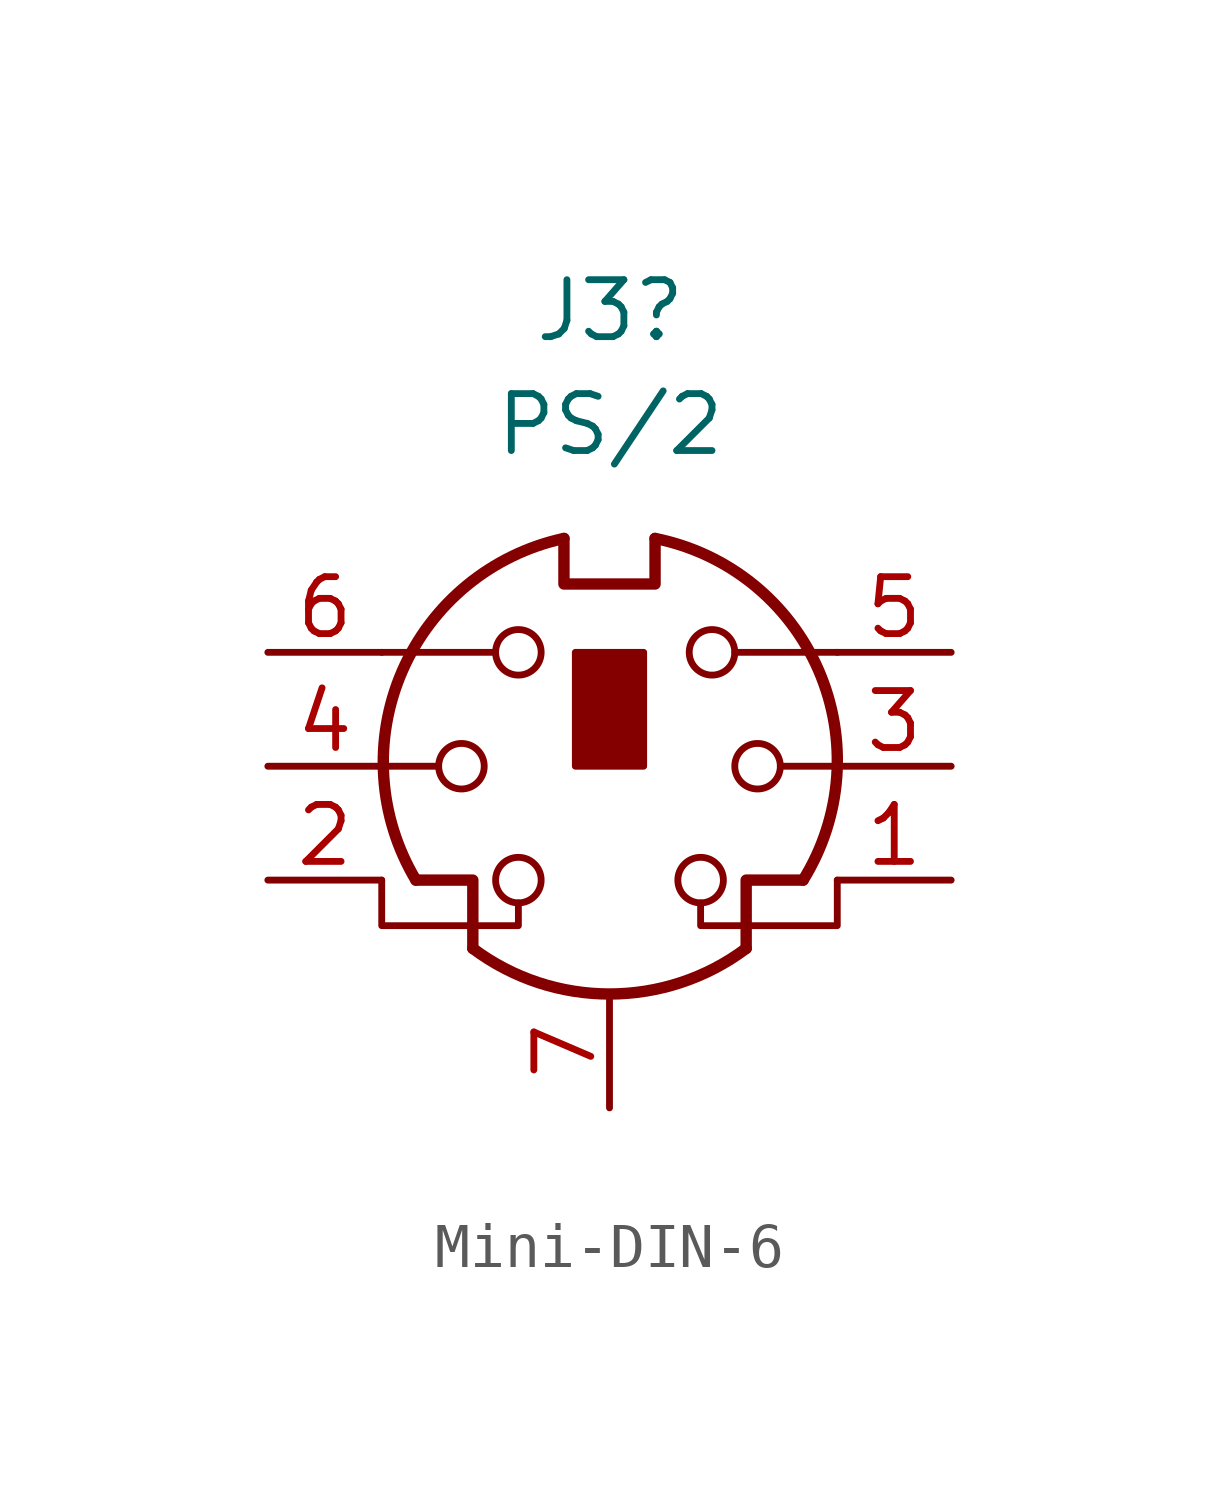
<source format=kicad_sym>
(kicad_symbol_lib
  (version 20220914)
  (generator kicad_symbol_editor)
  (symbol "Mini-DIN-6"
    (pin_names
      (offset 1.016))
    (property "Reference" "J3"
      (at 0.018 10.16 0)
      (effects (font (size 1.27 1.27))))
    (property "Value" "PS/2"
      (at 0.018 7.62 0)
      (effects (font (size 1.27 1.27))))
    (symbol "Mini-DIN-6_0_1"
      (circle (center -3.302 0) (radius 0.508) (stroke (width 0) (type default)) (fill (type none)))
      (arc (start -3.048 -4.064) (mid 0 -5.08) (end 3.048 -4.064) (stroke (width 0.254) (type default)) (fill (type none)))
      (circle (center -2.032 -2.54) (radius 0.508) (stroke (width 0) (type default)) (fill (type none)))
      (circle (center -2.032 2.54) (radius 0.508) (stroke (width 0) (type default)) (fill (type none)))
      (arc (start -1.016 5.08) (mid -4.6243 2.1182) (end -4.318 -2.54) (stroke (width 0.254) (type default)) (fill (type none)))
      (rectangle (start -0.762 2.54) (end 0.762 0) (stroke (width 0) (type default)) (fill (type outline)))
      (polyline (pts (xy -3.81 0) (xy -5.08 0)) (stroke (width 0) (type default)) (fill (type none)))
      (polyline (pts (xy -2.54 2.54) (xy -5.08 2.54)) (stroke (width 0) (type default)) (fill (type none)))
      (polyline (pts (xy 2.794 2.54) (xy 5.08 2.54)) (stroke (width 0) (type default)) (fill (type none)))
      (polyline (pts (xy 5.08 0) (xy 3.81 0)) (stroke (width 0) (type default)) (fill (type none)))
      (polyline (pts (xy -4.318 -2.54) (xy -3.048 -2.54) (xy -3.048 -4.064)) (stroke (width 0.254) (type default)) (fill (type none)))
      (polyline (pts (xy 4.318 -2.54) (xy 3.048 -2.54) (xy 3.048 -4.064)) (stroke (width 0.254) (type default)) (fill (type none)))
      (polyline (pts (xy -2.032 -3.048) (xy -2.032 -3.556) (xy -5.08 -3.556) (xy -5.08 -2.54)) (stroke (width 0) (type default)) (fill (type none)))
      (polyline (pts (xy -1.016 5.08) (xy -1.016 4.064) (xy 1.016 4.064) (xy 1.016 5.08)) (stroke (width 0.254) (type default)) (fill (type none)))
      (polyline (pts (xy 2.032 -3.048) (xy 2.032 -3.556) (xy 5.08 -3.556) (xy 5.08 -2.54)) (stroke (width 0) (type default)) (fill (type none)))
      (circle (center 2.032 -2.54) (radius 0.508) (stroke (width 0) (type default)) (fill (type none)))
      (circle (center 2.286 2.54) (radius 0.508) (stroke (width 0) (type default)) (fill (type none)))
      (circle (center 3.302 0) (radius 0.508) (stroke (width 0) (type default)) (fill (type none)))
      (arc (start 4.318 -2.54) (mid 4.6646 2.1357) (end 1.016 5.08) (stroke (width 0.254) (type default)) (fill (type none))))
    (symbol "Mini-DIN-6_1_1"
      (pin passive line (at 7.62 -2.54 180) (length 2.54) (name "~" (effects (font (size 1.27 1.27)))) (number "1" (effects (font (size 1.27 1.27)))))
      (pin passive line (at -7.62 -2.54 0) (length 2.54) (name "~" (effects (font (size 1.27 1.27)))) (number "2" (effects (font (size 1.27 1.27)))))
      (pin passive line (at 7.62 0 180) (length 2.54) (name "~" (effects (font (size 1.27 1.27)))) (number "3" (effects (font (size 1.27 1.27)))))
      (pin passive line (at -7.62 0 0) (length 2.54) (name "~" (effects (font (size 1.27 1.27)))) (number "4" (effects (font (size 1.27 1.27)))))
      (pin passive line (at 7.62 2.54 180) (length 2.54) (name "~" (effects (font (size 1.27 1.27)))) (number "5" (effects (font (size 1.27 1.27)))))
      (pin passive line (at -7.62 2.54 0) (length 2.54) (name "~" (effects (font (size 1.27 1.27)))) (number "6" (effects (font (size 1.27 1.27)))))
      (pin passive line (at 0 -7.62 90) (length 2.54) (name "" (effects (font (size 1.27 1.27)))) (number "7" (effects (font (size 1.27 1.27))))))))
</source>
